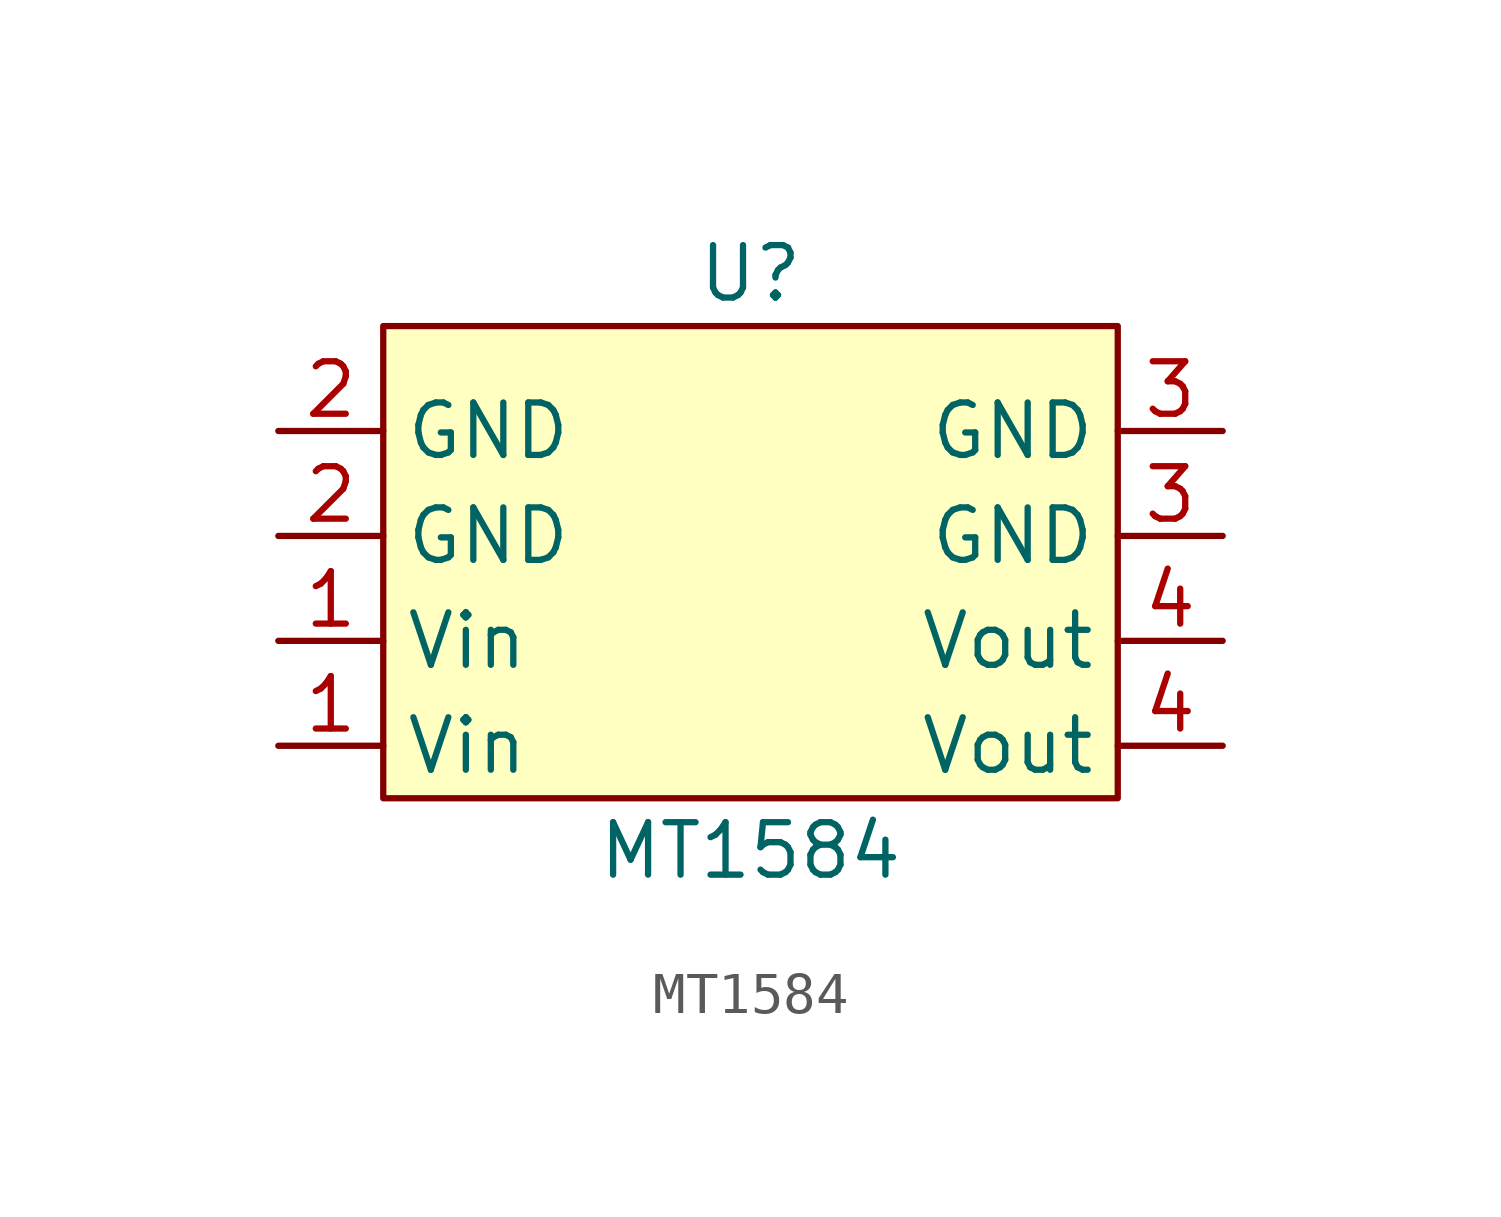
<source format=kicad_sym>
(kicad_symbol_lib
  (version 20211014)
  (generator kicad_symbol_editor)
  (symbol "MT1584"
    (property "Reference" "U"
      (at 0 6.35 0)
      (effects (font (size 1.27 1.27))))
    (property "Value" "MT1584"
      (at 0 -7.62 0)
      (effects (font (size 1.27 1.27))))
    (symbol "MT1584_0_0"
      (pin power_in line (at -11.43 -5.08 0) (length 2.54) (name "Vin" (effects (font (size 1.27 1.27)))) (number "1" (effects (font (size 1.27 1.27)))))
      (pin power_in line (at -11.43 -2.54 0) (length 2.54) (name "Vin" (effects (font (size 1.27 1.27)))) (number "1" (effects (font (size 1.27 1.27)))))
      (pin power_in line (at -11.43 0 0) (length 2.54) (name "GND" (effects (font (size 1.27 1.27)))) (number "2" (effects (font (size 1.27 1.27)))))
      (pin power_in line (at -11.43 2.54 0) (length 2.54) (name "GND" (effects (font (size 1.27 1.27)))) (number "2" (effects (font (size 1.27 1.27)))))
      (pin power_in line (at 11.43 0 180) (length 2.54) (name "GND" (effects (font (size 1.27 1.27)))) (number "3" (effects (font (size 1.27 1.27)))))
      (pin power_in line (at 11.43 2.54 180) (length 2.54) (name "GND" (effects (font (size 1.27 1.27)))) (number "3" (effects (font (size 1.27 1.27)))))
      (pin passive line (at 11.43 -5.08 180) (length 2.54) (name "Vout" (effects (font (size 1.27 1.27)))) (number "4" (effects (font (size 1.27 1.27)))))
      (pin power_out line (at 11.43 -2.54 180) (length 2.54) (name "Vout" (effects (font (size 1.27 1.27)))) (number "4" (effects (font (size 1.27 1.27))))))
    (symbol "MT1584_0_1"
      (rectangle (start -8.89 5.08) (end 8.89 -6.35) (stroke (width 0.152) (type default) (color 0 0 0 0)) (fill (type background))))))
</source>
